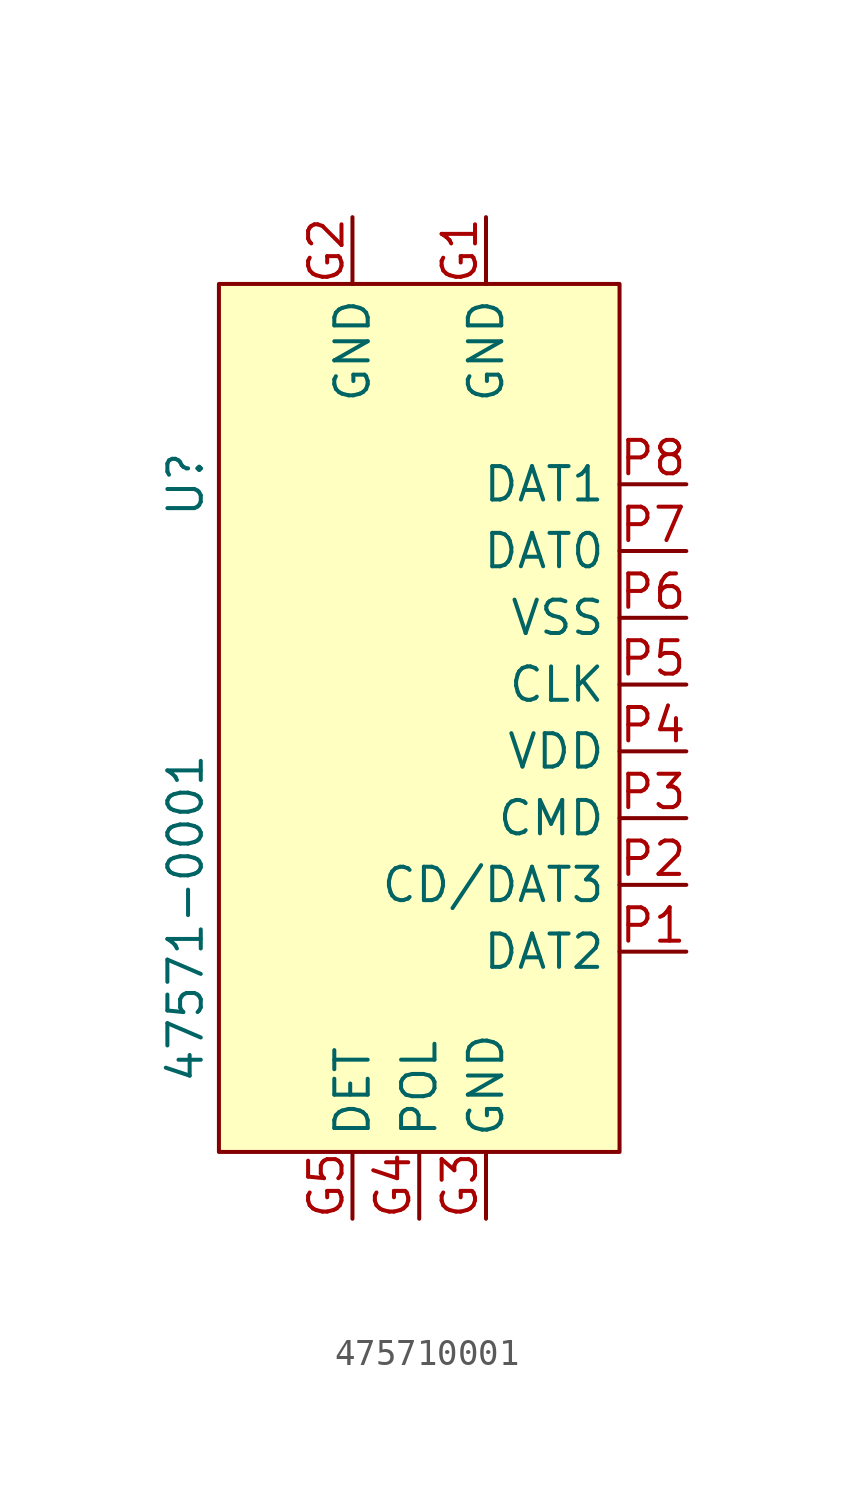
<source format=kicad_sym>
(kicad_symbol_lib
  (version 20220914)
  (generator kicad_symbol_editor)
  (symbol "475710001"
    (property "Reference" "U"
      (at -8.89 8.89 90)
      (do_not_autoplace)
      (effects (font (size 1.27 1.27))))
    (property "Value" "47571-0001"
      (at -8.89 -7.62 90)
      (do_not_autoplace)
      (effects (font (size 1.27 1.27))))
    (symbol "475710001_0_0"
      (pin unspecified line (at 2.54 19.05 270) (length 2.54) (name "GND" (effects (font (size 1.27 1.27)))) (number "G1" (effects (font (size 1.27 1.27)))))
      (pin unspecified line (at -2.54 19.05 270) (length 2.54) (name "GND" (effects (font (size 1.27 1.27)))) (number "G2" (effects (font (size 1.27 1.27)))))
      (pin unspecified line (at 2.54 -19.05 90) (length 2.54) (name "GND" (effects (font (size 1.27 1.27)))) (number "G3" (effects (font (size 1.27 1.27)))))
      (pin unspecified line (at 0 -19.05 90) (length 2.54) (name "POL" (effects (font (size 1.27 1.27)))) (number "G4" (effects (font (size 1.27 1.27)))))
      (pin unspecified line (at -2.54 -19.05 90) (length 2.54) (name "DET" (effects (font (size 1.27 1.27)))) (number "G5" (effects (font (size 1.27 1.27)))))
      (pin unspecified line (at 10.16 -8.89 180) (length 2.54) (name "DAT2" (effects (font (size 1.27 1.27)))) (number "P1" (effects (font (size 1.27 1.27)))))
      (pin unspecified line (at 10.16 -6.35 180) (length 2.54) (name "CD/DAT3" (effects (font (size 1.27 1.27)))) (number "P2" (effects (font (size 1.27 1.27)))))
      (pin unspecified line (at 10.16 -3.81 180) (length 2.54) (name "CMD" (effects (font (size 1.27 1.27)))) (number "P3" (effects (font (size 1.27 1.27)))))
      (pin unspecified line (at 10.16 -1.27 180) (length 2.54) (name "VDD" (effects (font (size 1.27 1.27)))) (number "P4" (effects (font (size 1.27 1.27)))))
      (pin unspecified line (at 10.16 1.27 180) (length 2.54) (name "CLK" (effects (font (size 1.27 1.27)))) (number "P5" (effects (font (size 1.27 1.27)))))
      (pin unspecified line (at 10.16 3.81 180) (length 2.54) (name "VSS" (effects (font (size 1.27 1.27)))) (number "P6" (effects (font (size 1.27 1.27)))))
      (pin unspecified line (at 10.16 6.35 180) (length 2.54) (name "DAT0" (effects (font (size 1.27 1.27)))) (number "P7" (effects (font (size 1.27 1.27)))))
      (pin unspecified line (at 10.16 8.89 180) (length 2.54) (name "DAT1" (effects (font (size 1.27 1.27)))) (number "P8" (effects (font (size 1.27 1.27))))))
    (symbol "475710001_1_1"
      (rectangle (start -7.62 16.51) (end 7.62 -16.51) (stroke (width 0) (type default)) (fill (type background))))))
</source>
